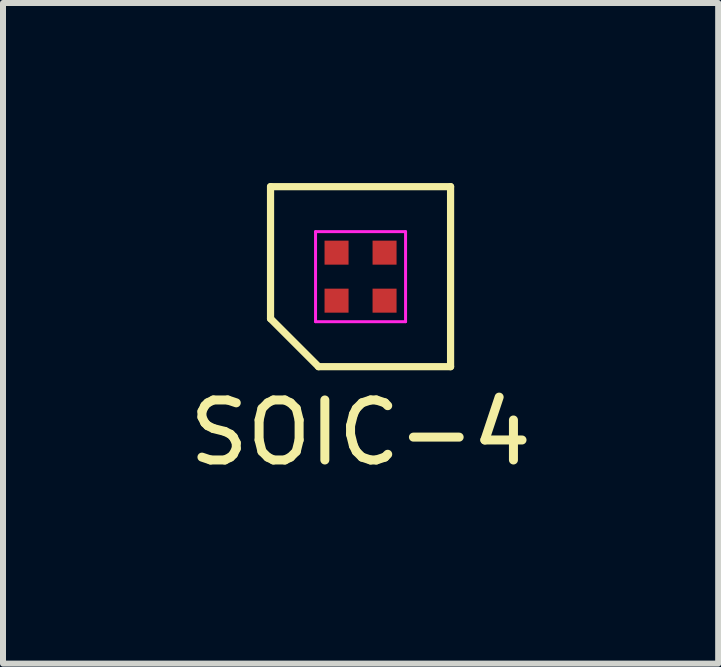
<source format=kicad_pcb>
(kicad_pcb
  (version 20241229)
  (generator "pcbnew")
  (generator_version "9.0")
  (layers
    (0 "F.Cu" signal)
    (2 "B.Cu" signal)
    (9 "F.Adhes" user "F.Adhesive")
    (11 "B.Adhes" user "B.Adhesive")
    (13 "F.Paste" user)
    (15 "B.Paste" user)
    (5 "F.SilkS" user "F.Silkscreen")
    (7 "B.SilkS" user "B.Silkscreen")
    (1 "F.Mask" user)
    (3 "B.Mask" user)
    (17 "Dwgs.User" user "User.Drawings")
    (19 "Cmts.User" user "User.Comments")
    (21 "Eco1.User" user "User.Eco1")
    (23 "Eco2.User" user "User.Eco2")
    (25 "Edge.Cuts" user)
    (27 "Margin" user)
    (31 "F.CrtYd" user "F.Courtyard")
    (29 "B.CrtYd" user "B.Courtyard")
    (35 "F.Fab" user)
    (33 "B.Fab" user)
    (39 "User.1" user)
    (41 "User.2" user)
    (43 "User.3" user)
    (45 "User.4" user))
  (footprint "SOIC-4"
    (layer "F.Cu")
    (at 2.958 1.56)
    (property "Reference" "SOIC-4" (at 0 2.6 180) (layer "F.SilkS") (effects (font (size 1 1) (thickness 0.15))))
    (attr smd)
    (fp_line (start -1.5 -1.5) (end 1.5 -1.5) (stroke (width 0.12) (type solid)) (layer "F.SilkS"))
    (fp_line (start -1.5 0.7) (end -1.5 -1.5) (stroke (width 0.12) (type solid)) (layer "F.SilkS"))
    (fp_line (start -0.7 1.5) (end -1.5 0.7) (stroke (width 0.12) (type solid)) (layer "F.SilkS"))
    (fp_line (start 1.5 -1.5) (end 1.5 1.5) (stroke (width 0.12) (type solid)) (layer "F.SilkS"))
    (fp_line (start 1.5 1.5) (end -0.7 1.5) (stroke (width 0.12) (type solid)) (layer "F.SilkS"))
    (fp_line (start -0.75 -0.75) (end 0.75 -0.75) (stroke (width 0.05) (type solid)) (layer "F.CrtYd"))
    (fp_line (start -0.75 0.75) (end -0.75 -0.75) (stroke (width 0.05) (type solid)) (layer "F.CrtYd"))
    (fp_line (start 0.75 -0.75) (end 0.75 0.75) (stroke (width 0.05) (type solid)) (layer "F.CrtYd"))
    (fp_line (start 0.75 0.75) (end -0.75 0.75) (stroke (width 0.05) (type solid)) (layer "F.CrtYd"))
    (pad "1" smd rect (at -0.4 0.4) (size 0.4 0.4) (layers "F.Cu" "F.Mask" "F.Paste"))
    (pad "2" smd rect (at -0.4 -0.4) (size 0.4 0.4) (layers "F.Cu" "F.Mask" "F.Paste"))
    (pad "3" smd rect (at 0.4 -0.4) (size 0.4 0.4) (layers "F.Cu" "F.Mask" "F.Paste"))
    (pad "4" smd rect (at 0.4 0.4) (size 0.4 0.4) (layers "F.Cu" "F.Mask" "F.Paste")))
  (gr_rect
    (start -3 -3)
    (end 8.917 8.008)
    (stroke (width 0.1) (type default))
    (fill no)
    (layer "Edge.Cuts")))
</source>
